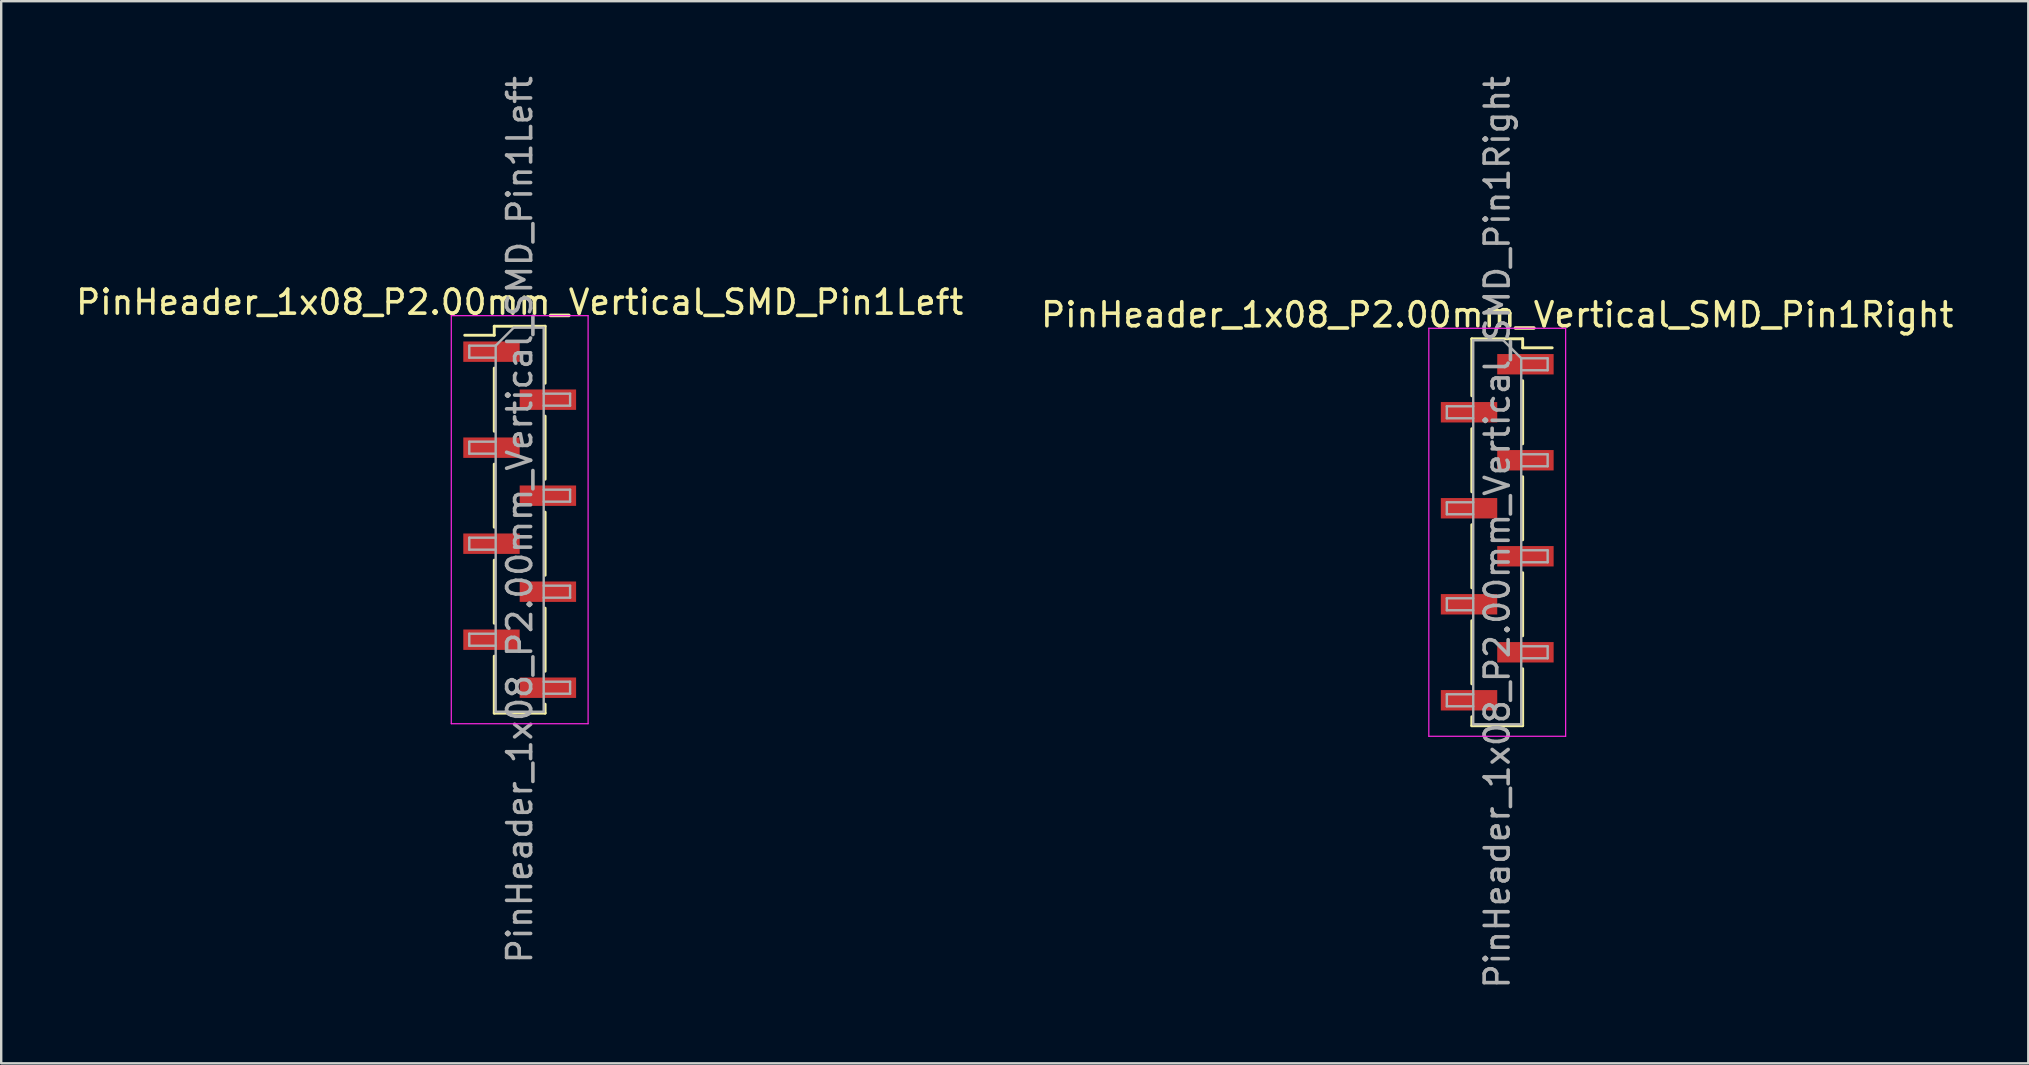
<source format=kicad_pcb>
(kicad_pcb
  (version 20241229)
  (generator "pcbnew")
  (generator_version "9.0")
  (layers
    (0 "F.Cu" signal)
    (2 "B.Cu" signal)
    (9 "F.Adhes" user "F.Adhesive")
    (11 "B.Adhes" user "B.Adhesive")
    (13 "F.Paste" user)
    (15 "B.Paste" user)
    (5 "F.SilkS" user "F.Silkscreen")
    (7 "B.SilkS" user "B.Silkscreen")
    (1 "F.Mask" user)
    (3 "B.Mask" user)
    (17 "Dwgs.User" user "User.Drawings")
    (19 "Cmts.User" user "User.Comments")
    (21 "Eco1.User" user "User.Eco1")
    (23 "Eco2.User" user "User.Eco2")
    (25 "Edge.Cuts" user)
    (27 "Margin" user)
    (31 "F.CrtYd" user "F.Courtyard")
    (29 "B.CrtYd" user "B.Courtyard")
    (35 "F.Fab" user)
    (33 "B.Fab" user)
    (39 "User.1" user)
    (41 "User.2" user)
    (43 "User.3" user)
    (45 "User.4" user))
  (footprint "PinHeader_1x08_P2.00mm_Vertical_SMD_Pin1Left"
    (layer "F.Cu")
    (at 18.601 18.601)
    (property "Reference" "PinHeader_1x08_P2.00mm_Vertical_SMD_Pin1Left" (at 0 -9.06 0) (layer "F.SilkS") (effects (font (size 1 1) (thickness 0.15))))
    (attr smd)
    (fp_line (start -1.06 -8.06) (end -1.06 -7.685) (stroke (width 0.12) (type solid)) (layer "F.SilkS"))
    (fp_line (start -1.06 -8.06) (end 1.06 -8.06) (stroke (width 0.12) (type solid)) (layer "F.SilkS"))
    (fp_line (start -1.06 -7.685) (end -2.29 -7.685) (stroke (width 0.12) (type solid)) (layer "F.SilkS"))
    (fp_line (start -1.06 -6.315) (end -1.06 -3.685) (stroke (width 0.12) (type solid)) (layer "F.SilkS"))
    (fp_line (start -1.06 -2.315) (end -1.06 0.315) (stroke (width 0.12) (type solid)) (layer "F.SilkS"))
    (fp_line (start -1.06 1.685) (end -1.06 4.315) (stroke (width 0.12) (type solid)) (layer "F.SilkS"))
    (fp_line (start -1.06 5.685) (end -1.06 8.06) (stroke (width 0.12) (type solid)) (layer "F.SilkS"))
    (fp_line (start -1.06 8.06) (end 1.06 8.06) (stroke (width 0.12) (type solid)) (layer "F.SilkS"))
    (fp_line (start 1.06 -8.06) (end 1.06 -5.685) (stroke (width 0.12) (type solid)) (layer "F.SilkS"))
    (fp_line (start 1.06 -4.315) (end 1.06 -1.685) (stroke (width 0.12) (type solid)) (layer "F.SilkS"))
    (fp_line (start 1.06 -0.315) (end 1.06 2.315) (stroke (width 0.12) (type solid)) (layer "F.SilkS"))
    (fp_line (start 1.06 3.685) (end 1.06 6.315) (stroke (width 0.12) (type solid)) (layer "F.SilkS"))
    (fp_line (start 1.06 7.685) (end 1.06 8.06) (stroke (width 0.12) (type solid)) (layer "F.SilkS"))
    (fp_line (start -2.85 -8.5) (end -2.85 8.5) (stroke (width 0.05) (type solid)) (layer "F.CrtYd"))
    (fp_line (start -2.85 8.5) (end 2.85 8.5) (stroke (width 0.05) (type solid)) (layer "F.CrtYd"))
    (fp_line (start 2.85 -8.5) (end -2.85 -8.5) (stroke (width 0.05) (type solid)) (layer "F.CrtYd"))
    (fp_line (start 2.85 8.5) (end 2.85 -8.5) (stroke (width 0.05) (type solid)) (layer "F.CrtYd"))
    (fp_line (start -2.1 -7.25) (end -2.1 -6.75) (stroke (width 0.1) (type solid)) (layer "F.Fab"))
    (fp_line (start -2.1 -6.75) (end -1 -6.75) (stroke (width 0.1) (type solid)) (layer "F.Fab"))
    (fp_line (start -2.1 -3.25) (end -2.1 -2.75) (stroke (width 0.1) (type solid)) (layer "F.Fab"))
    (fp_line (start -2.1 -2.75) (end -1 -2.75) (stroke (width 0.1) (type solid)) (layer "F.Fab"))
    (fp_line (start -2.1 0.75) (end -2.1 1.25) (stroke (width 0.1) (type solid)) (layer "F.Fab"))
    (fp_line (start -2.1 1.25) (end -1 1.25) (stroke (width 0.1) (type solid)) (layer "F.Fab"))
    (fp_line (start -2.1 4.75) (end -2.1 5.25) (stroke (width 0.1) (type solid)) (layer "F.Fab"))
    (fp_line (start -2.1 5.25) (end -1 5.25) (stroke (width 0.1) (type solid)) (layer "F.Fab"))
    (fp_line (start -1 -7.25) (end -2.1 -7.25) (stroke (width 0.1) (type solid)) (layer "F.Fab"))
    (fp_line (start -1 -7.25) (end -0.25 -8) (stroke (width 0.1) (type solid)) (layer "F.Fab"))
    (fp_line (start -1 -3.25) (end -2.1 -3.25) (stroke (width 0.1) (type solid)) (layer "F.Fab"))
    (fp_line (start -1 0.75) (end -2.1 0.75) (stroke (width 0.1) (type solid)) (layer "F.Fab"))
    (fp_line (start -1 4.75) (end -2.1 4.75) (stroke (width 0.1) (type solid)) (layer "F.Fab"))
    (fp_line (start -1 8) (end -1 -7.25) (stroke (width 0.1) (type solid)) (layer "F.Fab"))
    (fp_line (start -0.25 -8) (end 1 -8) (stroke (width 0.1) (type solid)) (layer "F.Fab"))
    (fp_line (start 1 -8) (end 1 8) (stroke (width 0.1) (type solid)) (layer "F.Fab"))
    (fp_line (start 1 -5.25) (end 2.1 -5.25) (stroke (width 0.1) (type solid)) (layer "F.Fab"))
    (fp_line (start 1 -1.25) (end 2.1 -1.25) (stroke (width 0.1) (type solid)) (layer "F.Fab"))
    (fp_line (start 1 2.75) (end 2.1 2.75) (stroke (width 0.1) (type solid)) (layer "F.Fab"))
    (fp_line (start 1 6.75) (end 2.1 6.75) (stroke (width 0.1) (type solid)) (layer "F.Fab"))
    (fp_line (start 1 8) (end -1 8) (stroke (width 0.1) (type solid)) (layer "F.Fab"))
    (fp_line (start 2.1 -5.25) (end 2.1 -4.75) (stroke (width 0.1) (type solid)) (layer "F.Fab"))
    (fp_line (start 2.1 -4.75) (end 1 -4.75) (stroke (width 0.1) (type solid)) (layer "F.Fab"))
    (fp_line (start 2.1 -1.25) (end 2.1 -0.75) (stroke (width 0.1) (type solid)) (layer "F.Fab"))
    (fp_line (start 2.1 -0.75) (end 1 -0.75) (stroke (width 0.1) (type solid)) (layer "F.Fab"))
    (fp_line (start 2.1 2.75) (end 2.1 3.25) (stroke (width 0.1) (type solid)) (layer "F.Fab"))
    (fp_line (start 2.1 3.25) (end 1 3.25) (stroke (width 0.1) (type solid)) (layer "F.Fab"))
    (fp_line (start 2.1 6.75) (end 2.1 7.25) (stroke (width 0.1) (type solid)) (layer "F.Fab"))
    (fp_line (start 2.1 7.25) (end 1 7.25) (stroke (width 0.1) (type solid)) (layer "F.Fab"))
    (fp_text user "${REFERENCE}" (at 0 0 90) (layer "F.Fab") (effects (font (size 1 1) (thickness 0.15))))
    (pad "1" smd rect (at -1.175 -7) (size 2.35 0.85) (layers "F.Cu" "F.Mask" "F.Paste"))
    (pad "2" smd rect (at 1.175 -5) (size 2.35 0.85) (layers "F.Cu" "F.Mask" "F.Paste"))
    (pad "3" smd rect (at -1.175 -3) (size 2.35 0.85) (layers "F.Cu" "F.Mask" "F.Paste"))
    (pad "4" smd rect (at 1.175 -1) (size 2.35 0.85) (layers "F.Cu" "F.Mask" "F.Paste"))
    (pad "5" smd rect (at -1.175 1) (size 2.35 0.85) (layers "F.Cu" "F.Mask" "F.Paste"))
    (pad "6" smd rect (at 1.175 3) (size 2.35 0.85) (layers "F.Cu" "F.Mask" "F.Paste"))
    (pad "7" smd rect (at -1.175 5) (size 2.35 0.85) (layers "F.Cu" "F.Mask" "F.Paste"))
    (pad "8" smd rect (at 1.175 7) (size 2.35 0.85) (layers "F.Cu" "F.Mask" "F.Paste")))
  (footprint "PinHeader_1x08_P2.00mm_Vertical_SMD_Pin1Right"
    (layer "F.Cu")
    (at 59.327 19.125)
    (property "Reference" "PinHeader_1x08_P2.00mm_Vertical_SMD_Pin1Right" (at 0 -9.06 0) (layer "F.SilkS") (effects (font (size 1 1) (thickness 0.15))))
    (attr smd)
    (fp_line (start -1.06 -8.06) (end -1.06 -5.685) (stroke (width 0.12) (type solid)) (layer "F.SilkS"))
    (fp_line (start -1.06 -8.06) (end 1.06 -8.06) (stroke (width 0.12) (type solid)) (layer "F.SilkS"))
    (fp_line (start -1.06 -4.315) (end -1.06 -1.685) (stroke (width 0.12) (type solid)) (layer "F.SilkS"))
    (fp_line (start -1.06 -0.315) (end -1.06 2.315) (stroke (width 0.12) (type solid)) (layer "F.SilkS"))
    (fp_line (start -1.06 3.685) (end -1.06 6.315) (stroke (width 0.12) (type solid)) (layer "F.SilkS"))
    (fp_line (start -1.06 7.685) (end -1.06 8.06) (stroke (width 0.12) (type solid)) (layer "F.SilkS"))
    (fp_line (start -1.06 8.06) (end 1.06 8.06) (stroke (width 0.12) (type solid)) (layer "F.SilkS"))
    (fp_line (start 1.06 -8.06) (end 1.06 -7.685) (stroke (width 0.12) (type solid)) (layer "F.SilkS"))
    (fp_line (start 1.06 -7.685) (end 2.29 -7.685) (stroke (width 0.12) (type solid)) (layer "F.SilkS"))
    (fp_line (start 1.06 -6.315) (end 1.06 -3.685) (stroke (width 0.12) (type solid)) (layer "F.SilkS"))
    (fp_line (start 1.06 -2.315) (end 1.06 0.315) (stroke (width 0.12) (type solid)) (layer "F.SilkS"))
    (fp_line (start 1.06 1.685) (end 1.06 4.315) (stroke (width 0.12) (type solid)) (layer "F.SilkS"))
    (fp_line (start 1.06 5.685) (end 1.06 8.06) (stroke (width 0.12) (type solid)) (layer "F.SilkS"))
    (fp_line (start -2.85 -8.5) (end -2.85 8.5) (stroke (width 0.05) (type solid)) (layer "F.CrtYd"))
    (fp_line (start -2.85 8.5) (end 2.85 8.5) (stroke (width 0.05) (type solid)) (layer "F.CrtYd"))
    (fp_line (start 2.85 -8.5) (end -2.85 -8.5) (stroke (width 0.05) (type solid)) (layer "F.CrtYd"))
    (fp_line (start 2.85 8.5) (end 2.85 -8.5) (stroke (width 0.05) (type solid)) (layer "F.CrtYd"))
    (fp_line (start -2.1 -5.25) (end -2.1 -4.75) (stroke (width 0.1) (type solid)) (layer "F.Fab"))
    (fp_line (start -2.1 -4.75) (end -1 -4.75) (stroke (width 0.1) (type solid)) (layer "F.Fab"))
    (fp_line (start -2.1 -1.25) (end -2.1 -0.75) (stroke (width 0.1) (type solid)) (layer "F.Fab"))
    (fp_line (start -2.1 -0.75) (end -1 -0.75) (stroke (width 0.1) (type solid)) (layer "F.Fab"))
    (fp_line (start -2.1 2.75) (end -2.1 3.25) (stroke (width 0.1) (type solid)) (layer "F.Fab"))
    (fp_line (start -2.1 3.25) (end -1 3.25) (stroke (width 0.1) (type solid)) (layer "F.Fab"))
    (fp_line (start -2.1 6.75) (end -2.1 7.25) (stroke (width 0.1) (type solid)) (layer "F.Fab"))
    (fp_line (start -2.1 7.25) (end -1 7.25) (stroke (width 0.1) (type solid)) (layer "F.Fab"))
    (fp_line (start -1 -8) (end -1 8) (stroke (width 0.1) (type solid)) (layer "F.Fab"))
    (fp_line (start -1 -8) (end 0.25 -8) (stroke (width 0.1) (type solid)) (layer "F.Fab"))
    (fp_line (start -1 -5.25) (end -2.1 -5.25) (stroke (width 0.1) (type solid)) (layer "F.Fab"))
    (fp_line (start -1 -1.25) (end -2.1 -1.25) (stroke (width 0.1) (type solid)) (layer "F.Fab"))
    (fp_line (start -1 2.75) (end -2.1 2.75) (stroke (width 0.1) (type solid)) (layer "F.Fab"))
    (fp_line (start -1 6.75) (end -2.1 6.75) (stroke (width 0.1) (type solid)) (layer "F.Fab"))
    (fp_line (start 1 -7.25) (end 0.25 -8) (stroke (width 0.1) (type solid)) (layer "F.Fab"))
    (fp_line (start 1 -7.25) (end 2.1 -7.25) (stroke (width 0.1) (type solid)) (layer "F.Fab"))
    (fp_line (start 1 -3.25) (end 2.1 -3.25) (stroke (width 0.1) (type solid)) (layer "F.Fab"))
    (fp_line (start 1 0.75) (end 2.1 0.75) (stroke (width 0.1) (type solid)) (layer "F.Fab"))
    (fp_line (start 1 4.75) (end 2.1 4.75) (stroke (width 0.1) (type solid)) (layer "F.Fab"))
    (fp_line (start 1 8) (end -1 8) (stroke (width 0.1) (type solid)) (layer "F.Fab"))
    (fp_line (start 1 8) (end 1 -7.25) (stroke (width 0.1) (type solid)) (layer "F.Fab"))
    (fp_line (start 2.1 -7.25) (end 2.1 -6.75) (stroke (width 0.1) (type solid)) (layer "F.Fab"))
    (fp_line (start 2.1 -6.75) (end 1 -6.75) (stroke (width 0.1) (type solid)) (layer "F.Fab"))
    (fp_line (start 2.1 -3.25) (end 2.1 -2.75) (stroke (width 0.1) (type solid)) (layer "F.Fab"))
    (fp_line (start 2.1 -2.75) (end 1 -2.75) (stroke (width 0.1) (type solid)) (layer "F.Fab"))
    (fp_line (start 2.1 0.75) (end 2.1 1.25) (stroke (width 0.1) (type solid)) (layer "F.Fab"))
    (fp_line (start 2.1 1.25) (end 1 1.25) (stroke (width 0.1) (type solid)) (layer "F.Fab"))
    (fp_line (start 2.1 4.75) (end 2.1 5.25) (stroke (width 0.1) (type solid)) (layer "F.Fab"))
    (fp_line (start 2.1 5.25) (end 1 5.25) (stroke (width 0.1) (type solid)) (layer "F.Fab"))
    (fp_text user "${REFERENCE}" (at 0 0 90) (layer "F.Fab") (effects (font (size 1 1) (thickness 0.15))))
    (pad "1" smd rect (at 1.175 -7) (size 2.35 0.85) (layers "F.Cu" "F.Mask" "F.Paste"))
    (pad "2" smd rect (at -1.175 -5) (size 2.35 0.85) (layers "F.Cu" "F.Mask" "F.Paste"))
    (pad "3" smd rect (at 1.175 -3) (size 2.35 0.85) (layers "F.Cu" "F.Mask" "F.Paste"))
    (pad "4" smd rect (at -1.175 -1) (size 2.35 0.85) (layers "F.Cu" "F.Mask" "F.Paste"))
    (pad "5" smd rect (at 1.175 1) (size 2.35 0.85) (layers "F.Cu" "F.Mask" "F.Paste"))
    (pad "6" smd rect (at -1.175 3) (size 2.35 0.85) (layers "F.Cu" "F.Mask" "F.Paste"))
    (pad "7" smd rect (at 1.175 5) (size 2.35 0.85) (layers "F.Cu" "F.Mask" "F.Paste"))
    (pad "8" smd rect (at -1.175 7) (size 2.35 0.85) (layers "F.Cu" "F.Mask" "F.Paste")))
  (gr_rect
    (start -3 -3)
    (end 81.452 41.25)
    (stroke (width 0.1) (type default))
    (fill no)
    (layer "Edge.Cuts")))
</source>
